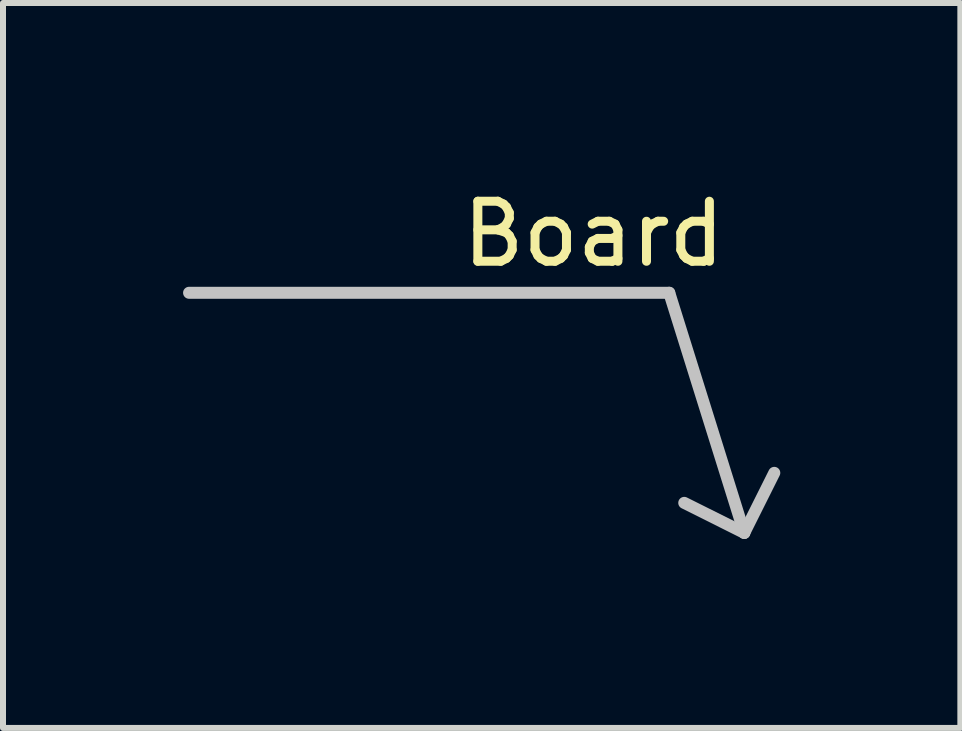
<source format=kicad_pcb>
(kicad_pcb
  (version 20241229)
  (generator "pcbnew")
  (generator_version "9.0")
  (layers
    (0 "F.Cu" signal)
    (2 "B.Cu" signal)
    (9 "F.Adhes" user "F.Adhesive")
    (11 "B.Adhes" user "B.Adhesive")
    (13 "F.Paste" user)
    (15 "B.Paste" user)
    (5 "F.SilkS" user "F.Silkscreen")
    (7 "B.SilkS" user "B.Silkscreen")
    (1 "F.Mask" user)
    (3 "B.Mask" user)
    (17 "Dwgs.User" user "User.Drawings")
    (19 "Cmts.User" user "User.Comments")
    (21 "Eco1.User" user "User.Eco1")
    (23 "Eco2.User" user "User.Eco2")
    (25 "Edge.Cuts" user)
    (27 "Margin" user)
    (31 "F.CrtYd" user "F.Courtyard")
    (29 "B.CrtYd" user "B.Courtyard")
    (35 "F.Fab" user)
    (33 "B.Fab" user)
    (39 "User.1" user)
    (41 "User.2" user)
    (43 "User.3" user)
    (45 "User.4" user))
  (footprint "Board"
    (layer "F.Cu")
    (at 9.35 5.828)
    (property "Reference" "Board" (at -2.51 -4.98 0) (unlocked yes) (layer "F.SilkS") (effects (font (size 1 1) (thickness 0.15))))
    (fp_line (start -1.25 -4) (end -9.25 -4) (stroke (width 0.2) (type solid)) (layer "Dwgs.User"))
    (fp_line (start 0 0) (end -1.25 -4) (stroke (width 0.2) (type solid)) (layer "Dwgs.User"))
    (fp_line (start 0 0) (end -1 -0.5) (stroke (width 0.2) (type solid)) (layer "Dwgs.User"))
    (fp_line (start 0 0) (end 0.5 -1) (stroke (width 0.2) (type solid)) (layer "Dwgs.User")))
  (gr_rect
    (start -3 -3)
    (end 12.95 9.078)
    (stroke (width 0.1) (type default))
    (fill no)
    (layer "Edge.Cuts")))
</source>
